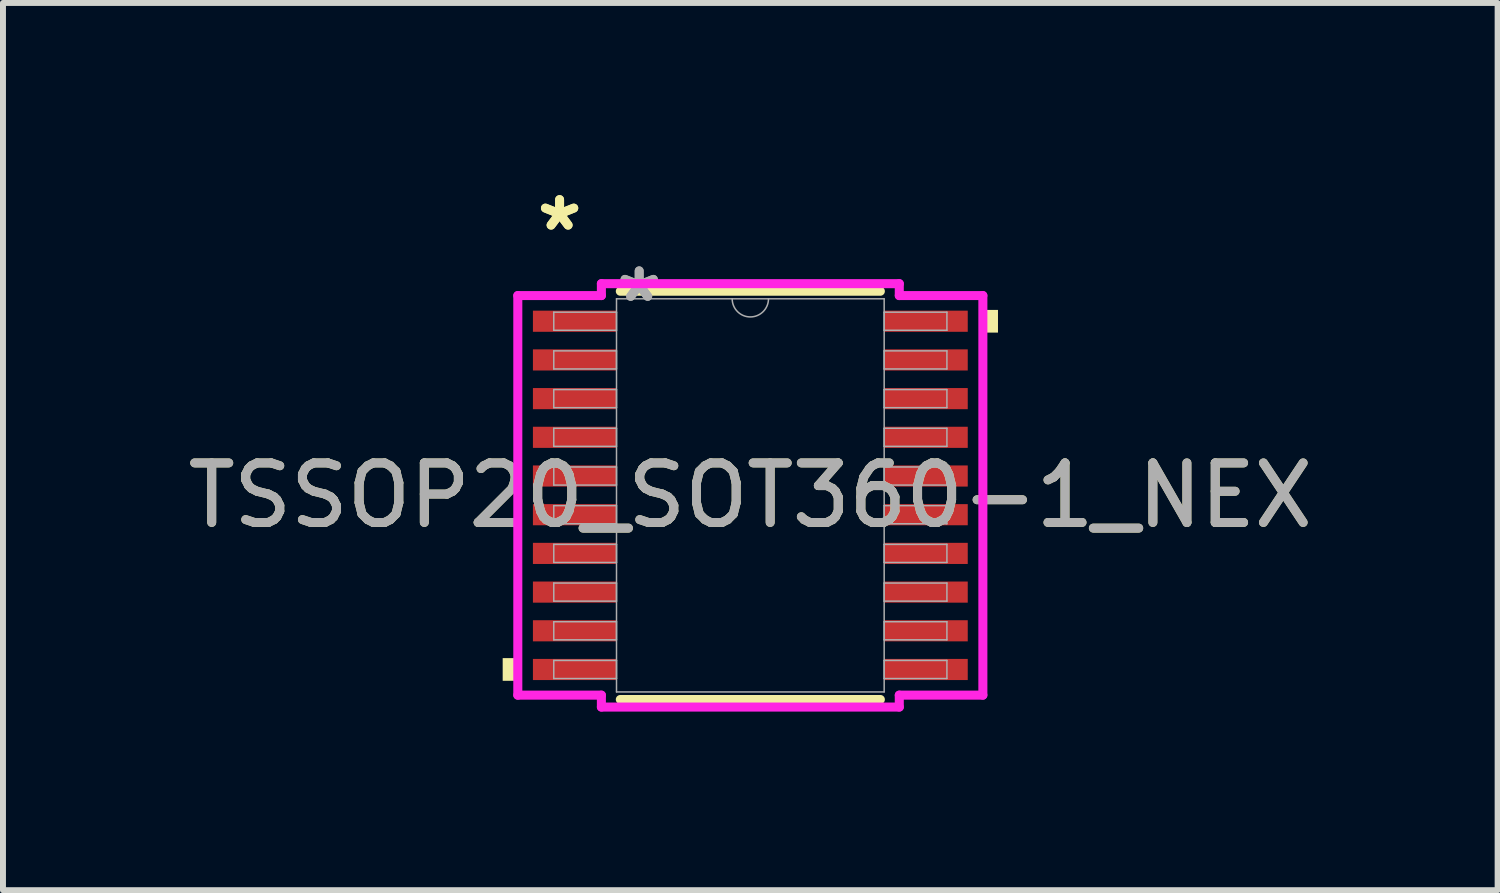
<source format=kicad_pcb>
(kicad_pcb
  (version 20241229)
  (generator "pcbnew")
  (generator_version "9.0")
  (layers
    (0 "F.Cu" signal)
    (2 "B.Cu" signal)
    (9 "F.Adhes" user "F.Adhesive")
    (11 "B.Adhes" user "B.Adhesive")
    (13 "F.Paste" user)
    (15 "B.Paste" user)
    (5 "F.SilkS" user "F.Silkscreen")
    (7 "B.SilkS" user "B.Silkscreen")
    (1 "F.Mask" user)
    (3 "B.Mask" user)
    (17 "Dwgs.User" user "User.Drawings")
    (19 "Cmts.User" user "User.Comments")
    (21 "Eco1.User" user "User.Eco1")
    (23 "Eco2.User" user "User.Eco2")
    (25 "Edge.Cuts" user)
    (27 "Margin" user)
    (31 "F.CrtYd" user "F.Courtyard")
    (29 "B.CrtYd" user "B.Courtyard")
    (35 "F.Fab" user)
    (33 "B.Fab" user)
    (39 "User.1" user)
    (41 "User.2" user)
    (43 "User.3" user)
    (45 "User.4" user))
  (footprint "TSSOP20_SOT360-1_NEX"
    (layer "F.Cu")
    (at 9.554 5.271)
    (property "Reference" "TSSOP20_SOT360-1_NEX" (at 0 0 0) (unlocked yes) (layer "F.SilkS") (effects (font (size 1 1) (thickness 0.15))))
    (attr smd)
    (fp_line (start -2.184 3.429) (end 2.184 3.429) (stroke (width 0.152) (type solid)) (layer "F.SilkS"))
    (fp_line (start 2.184 -3.429) (end -2.184 -3.429) (stroke (width 0.152) (type solid)) (layer "F.SilkS"))
    (fp_poly (pts (xy -4.16 2.734) (xy -4.16 3.115) (xy -3.906 3.115) (xy -3.906 2.734)) (stroke (width 0) (type solid)) (fill yes) (layer "F.SilkS"))
    (fp_poly (pts (xy 4.16 -3.115) (xy 4.16 -2.734) (xy 3.906 -2.734) (xy 3.906 -3.115)) (stroke (width 0) (type solid)) (fill yes) (layer "F.SilkS"))
    (fp_line (start -3.906 -3.356) (end -2.502 -3.356) (stroke (width 0.152) (type solid)) (layer "F.CrtYd"))
    (fp_line (start -3.906 3.356) (end -3.906 -3.356) (stroke (width 0.152) (type solid)) (layer "F.CrtYd"))
    (fp_line (start -3.906 3.356) (end -2.502 3.356) (stroke (width 0.152) (type solid)) (layer "F.CrtYd"))
    (fp_line (start -2.502 -3.556) (end 2.502 -3.556) (stroke (width 0.152) (type solid)) (layer "F.CrtYd"))
    (fp_line (start -2.502 -3.356) (end -2.502 -3.556) (stroke (width 0.152) (type solid)) (layer "F.CrtYd"))
    (fp_line (start -2.502 3.556) (end -2.502 3.356) (stroke (width 0.152) (type solid)) (layer "F.CrtYd"))
    (fp_line (start 2.502 -3.556) (end 2.502 -3.356) (stroke (width 0.152) (type solid)) (layer "F.CrtYd"))
    (fp_line (start 2.502 3.356) (end 2.502 3.556) (stroke (width 0.152) (type solid)) (layer "F.CrtYd"))
    (fp_line (start 2.502 3.556) (end -2.502 3.556) (stroke (width 0.152) (type solid)) (layer "F.CrtYd"))
    (fp_line (start 3.906 -3.356) (end 2.502 -3.356) (stroke (width 0.152) (type solid)) (layer "F.CrtYd"))
    (fp_line (start 3.906 -3.356) (end 3.906 3.356) (stroke (width 0.152) (type solid)) (layer "F.CrtYd"))
    (fp_line (start 3.906 3.356) (end 2.502 3.356) (stroke (width 0.152) (type solid)) (layer "F.CrtYd"))
    (fp_line (start -3.302 -3.077) (end -3.302 -2.773) (stroke (width 0.025) (type solid)) (layer "F.Fab"))
    (fp_line (start -3.302 -2.773) (end -2.248 -2.773) (stroke (width 0.025) (type solid)) (layer "F.Fab"))
    (fp_line (start -3.302 -2.427) (end -3.302 -2.123) (stroke (width 0.025) (type solid)) (layer "F.Fab"))
    (fp_line (start -3.302 -2.123) (end -2.248 -2.123) (stroke (width 0.025) (type solid)) (layer "F.Fab"))
    (fp_line (start -3.302 -1.777) (end -3.302 -1.473) (stroke (width 0.025) (type solid)) (layer "F.Fab"))
    (fp_line (start -3.302 -1.473) (end -2.248 -1.473) (stroke (width 0.025) (type solid)) (layer "F.Fab"))
    (fp_line (start -3.302 -1.127) (end -3.302 -0.823) (stroke (width 0.025) (type solid)) (layer "F.Fab"))
    (fp_line (start -3.302 -0.823) (end -2.248 -0.823) (stroke (width 0.025) (type solid)) (layer "F.Fab"))
    (fp_line (start -3.302 -0.477) (end -3.302 -0.173) (stroke (width 0.025) (type solid)) (layer "F.Fab"))
    (fp_line (start -3.302 -0.173) (end -2.248 -0.173) (stroke (width 0.025) (type solid)) (layer "F.Fab"))
    (fp_line (start -3.302 0.173) (end -3.302 0.477) (stroke (width 0.025) (type solid)) (layer "F.Fab"))
    (fp_line (start -3.302 0.477) (end -2.248 0.477) (stroke (width 0.025) (type solid)) (layer "F.Fab"))
    (fp_line (start -3.302 0.823) (end -3.302 1.127) (stroke (width 0.025) (type solid)) (layer "F.Fab"))
    (fp_line (start -3.302 1.127) (end -2.248 1.127) (stroke (width 0.025) (type solid)) (layer "F.Fab"))
    (fp_line (start -3.302 1.473) (end -3.302 1.777) (stroke (width 0.025) (type solid)) (layer "F.Fab"))
    (fp_line (start -3.302 1.777) (end -2.248 1.777) (stroke (width 0.025) (type solid)) (layer "F.Fab"))
    (fp_line (start -3.302 2.123) (end -3.302 2.427) (stroke (width 0.025) (type solid)) (layer "F.Fab"))
    (fp_line (start -3.302 2.427) (end -2.248 2.427) (stroke (width 0.025) (type solid)) (layer "F.Fab"))
    (fp_line (start -3.302 2.773) (end -3.302 3.077) (stroke (width 0.025) (type solid)) (layer "F.Fab"))
    (fp_line (start -3.302 3.077) (end -2.248 3.077) (stroke (width 0.025) (type solid)) (layer "F.Fab"))
    (fp_line (start -2.248 -3.302) (end -2.248 3.302) (stroke (width 0.025) (type solid)) (layer "F.Fab"))
    (fp_line (start -2.248 -3.077) (end -3.302 -3.077) (stroke (width 0.025) (type solid)) (layer "F.Fab"))
    (fp_line (start -2.248 -2.773) (end -2.248 -3.077) (stroke (width 0.025) (type solid)) (layer "F.Fab"))
    (fp_line (start -2.248 -2.427) (end -3.302 -2.427) (stroke (width 0.025) (type solid)) (layer "F.Fab"))
    (fp_line (start -2.248 -2.123) (end -2.248 -2.427) (stroke (width 0.025) (type solid)) (layer "F.Fab"))
    (fp_line (start -2.248 -1.777) (end -3.302 -1.777) (stroke (width 0.025) (type solid)) (layer "F.Fab"))
    (fp_line (start -2.248 -1.473) (end -2.248 -1.777) (stroke (width 0.025) (type solid)) (layer "F.Fab"))
    (fp_line (start -2.248 -1.127) (end -3.302 -1.127) (stroke (width 0.025) (type solid)) (layer "F.Fab"))
    (fp_line (start -2.248 -0.823) (end -2.248 -1.127) (stroke (width 0.025) (type solid)) (layer "F.Fab"))
    (fp_line (start -2.248 -0.477) (end -3.302 -0.477) (stroke (width 0.025) (type solid)) (layer "F.Fab"))
    (fp_line (start -2.248 -0.173) (end -2.248 -0.477) (stroke (width 0.025) (type solid)) (layer "F.Fab"))
    (fp_line (start -2.248 0.173) (end -3.302 0.173) (stroke (width 0.025) (type solid)) (layer "F.Fab"))
    (fp_line (start -2.248 0.477) (end -2.248 0.173) (stroke (width 0.025) (type solid)) (layer "F.Fab"))
    (fp_line (start -2.248 0.823) (end -3.302 0.823) (stroke (width 0.025) (type solid)) (layer "F.Fab"))
    (fp_line (start -2.248 1.127) (end -2.248 0.823) (stroke (width 0.025) (type solid)) (layer "F.Fab"))
    (fp_line (start -2.248 1.473) (end -3.302 1.473) (stroke (width 0.025) (type solid)) (layer "F.Fab"))
    (fp_line (start -2.248 1.777) (end -2.248 1.473) (stroke (width 0.025) (type solid)) (layer "F.Fab"))
    (fp_line (start -2.248 2.123) (end -3.302 2.123) (stroke (width 0.025) (type solid)) (layer "F.Fab"))
    (fp_line (start -2.248 2.427) (end -2.248 2.123) (stroke (width 0.025) (type solid)) (layer "F.Fab"))
    (fp_line (start -2.248 2.773) (end -3.302 2.773) (stroke (width 0.025) (type solid)) (layer "F.Fab"))
    (fp_line (start -2.248 3.077) (end -2.248 2.773) (stroke (width 0.025) (type solid)) (layer "F.Fab"))
    (fp_line (start -2.248 3.302) (end 2.248 3.302) (stroke (width 0.025) (type solid)) (layer "F.Fab"))
    (fp_line (start 2.248 -3.302) (end -2.248 -3.302) (stroke (width 0.025) (type solid)) (layer "F.Fab"))
    (fp_line (start 2.248 -3.077) (end 2.248 -2.773) (stroke (width 0.025) (type solid)) (layer "F.Fab"))
    (fp_line (start 2.248 -2.773) (end 3.302 -2.773) (stroke (width 0.025) (type solid)) (layer "F.Fab"))
    (fp_line (start 2.248 -2.427) (end 2.248 -2.123) (stroke (width 0.025) (type solid)) (layer "F.Fab"))
    (fp_line (start 2.248 -2.123) (end 3.302 -2.123) (stroke (width 0.025) (type solid)) (layer "F.Fab"))
    (fp_line (start 2.248 -1.777) (end 2.248 -1.473) (stroke (width 0.025) (type solid)) (layer "F.Fab"))
    (fp_line (start 2.248 -1.473) (end 3.302 -1.473) (stroke (width 0.025) (type solid)) (layer "F.Fab"))
    (fp_line (start 2.248 -1.127) (end 2.248 -0.823) (stroke (width 0.025) (type solid)) (layer "F.Fab"))
    (fp_line (start 2.248 -0.823) (end 3.302 -0.823) (stroke (width 0.025) (type solid)) (layer "F.Fab"))
    (fp_line (start 2.248 -0.477) (end 2.248 -0.173) (stroke (width 0.025) (type solid)) (layer "F.Fab"))
    (fp_line (start 2.248 -0.173) (end 3.302 -0.173) (stroke (width 0.025) (type solid)) (layer "F.Fab"))
    (fp_line (start 2.248 0.173) (end 2.248 0.477) (stroke (width 0.025) (type solid)) (layer "F.Fab"))
    (fp_line (start 2.248 0.477) (end 3.302 0.477) (stroke (width 0.025) (type solid)) (layer "F.Fab"))
    (fp_line (start 2.248 0.823) (end 2.248 1.127) (stroke (width 0.025) (type solid)) (layer "F.Fab"))
    (fp_line (start 2.248 1.127) (end 3.302 1.127) (stroke (width 0.025) (type solid)) (layer "F.Fab"))
    (fp_line (start 2.248 1.473) (end 2.248 1.777) (stroke (width 0.025) (type solid)) (layer "F.Fab"))
    (fp_line (start 2.248 1.777) (end 3.302 1.777) (stroke (width 0.025) (type solid)) (layer "F.Fab"))
    (fp_line (start 2.248 2.123) (end 2.248 2.427) (stroke (width 0.025) (type solid)) (layer "F.Fab"))
    (fp_line (start 2.248 2.427) (end 3.302 2.427) (stroke (width 0.025) (type solid)) (layer "F.Fab"))
    (fp_line (start 2.248 2.773) (end 2.248 3.077) (stroke (width 0.025) (type solid)) (layer "F.Fab"))
    (fp_line (start 2.248 3.077) (end 3.302 3.077) (stroke (width 0.025) (type solid)) (layer "F.Fab"))
    (fp_line (start 2.248 3.302) (end 2.248 -3.302) (stroke (width 0.025) (type solid)) (layer "F.Fab"))
    (fp_line (start 3.302 -3.077) (end 2.248 -3.077) (stroke (width 0.025) (type solid)) (layer "F.Fab"))
    (fp_line (start 3.302 -2.773) (end 3.302 -3.077) (stroke (width 0.025) (type solid)) (layer "F.Fab"))
    (fp_line (start 3.302 -2.427) (end 2.248 -2.427) (stroke (width 0.025) (type solid)) (layer "F.Fab"))
    (fp_line (start 3.302 -2.123) (end 3.302 -2.427) (stroke (width 0.025) (type solid)) (layer "F.Fab"))
    (fp_line (start 3.302 -1.777) (end 2.248 -1.777) (stroke (width 0.025) (type solid)) (layer "F.Fab"))
    (fp_line (start 3.302 -1.473) (end 3.302 -1.777) (stroke (width 0.025) (type solid)) (layer "F.Fab"))
    (fp_line (start 3.302 -1.127) (end 2.248 -1.127) (stroke (width 0.025) (type solid)) (layer "F.Fab"))
    (fp_line (start 3.302 -0.823) (end 3.302 -1.127) (stroke (width 0.025) (type solid)) (layer "F.Fab"))
    (fp_line (start 3.302 -0.477) (end 2.248 -0.477) (stroke (width 0.025) (type solid)) (layer "F.Fab"))
    (fp_line (start 3.302 -0.173) (end 3.302 -0.477) (stroke (width 0.025) (type solid)) (layer "F.Fab"))
    (fp_line (start 3.302 0.173) (end 2.248 0.173) (stroke (width 0.025) (type solid)) (layer "F.Fab"))
    (fp_line (start 3.302 0.477) (end 3.302 0.173) (stroke (width 0.025) (type solid)) (layer "F.Fab"))
    (fp_line (start 3.302 0.823) (end 2.248 0.823) (stroke (width 0.025) (type solid)) (layer "F.Fab"))
    (fp_line (start 3.302 1.127) (end 3.302 0.823) (stroke (width 0.025) (type solid)) (layer "F.Fab"))
    (fp_line (start 3.302 1.473) (end 2.248 1.473) (stroke (width 0.025) (type solid)) (layer "F.Fab"))
    (fp_line (start 3.302 1.777) (end 3.302 1.473) (stroke (width 0.025) (type solid)) (layer "F.Fab"))
    (fp_line (start 3.302 2.123) (end 2.248 2.123) (stroke (width 0.025) (type solid)) (layer "F.Fab"))
    (fp_line (start 3.302 2.427) (end 3.302 2.123) (stroke (width 0.025) (type solid)) (layer "F.Fab"))
    (fp_line (start 3.302 2.773) (end 2.248 2.773) (stroke (width 0.025) (type solid)) (layer "F.Fab"))
    (fp_line (start 3.302 3.077) (end 3.302 2.773) (stroke (width 0.025) (type solid)) (layer "F.Fab"))
    (fp_arc (start 0.3048 -3.302) (mid 0 -2.9972) (end -0.3048 -3.302) (stroke (width 0.0254) (type solid)) (layer "F.Fab"))
    (fp_text user "*" (at -3.204 -4.423 0) (layer "F.SilkS") (effects (font (size 1 1) (thickness 0.15))))
    (fp_text user "*" (at -3.204 -4.423 0) (unlocked yes) (layer "F.SilkS") (effects (font (size 1 1) (thickness 0.15))))
    (fp_text user "*" (at -1.867 -3.226 0) (layer "F.Fab") (effects (font (size 1 1) (thickness 0.15))))
    (fp_text user "*" (at -1.867 -3.226 0) (unlocked yes) (layer "F.Fab") (effects (font (size 1 1) (thickness 0.15))))
    (fp_text user "${REFERENCE}" (at 0 0 0) (unlocked yes) (layer "F.Fab") (effects (font (size 1 1) (thickness 0.15))))
    (pad "1" smd rect (at -2.95 -2.925) (size 1.404 0.355) (layers "F.Cu" "F.Mask" "F.Paste"))
    (pad "2" smd rect (at -2.95 -2.275) (size 1.404 0.355) (layers "F.Cu" "F.Mask" "F.Paste"))
    (pad "3" smd rect (at -2.95 -1.625) (size 1.404 0.355) (layers "F.Cu" "F.Mask" "F.Paste"))
    (pad "4" smd rect (at -2.95 -0.975) (size 1.404 0.355) (layers "F.Cu" "F.Mask" "F.Paste"))
    (pad "5" smd rect (at -2.95 -0.325) (size 1.404 0.355) (layers "F.Cu" "F.Mask" "F.Paste"))
    (pad "6" smd rect (at -2.95 0.325) (size 1.404 0.355) (layers "F.Cu" "F.Mask" "F.Paste"))
    (pad "7" smd rect (at -2.95 0.975) (size 1.404 0.355) (layers "F.Cu" "F.Mask" "F.Paste"))
    (pad "8" smd rect (at -2.95 1.625) (size 1.404 0.355) (layers "F.Cu" "F.Mask" "F.Paste"))
    (pad "9" smd rect (at -2.95 2.275) (size 1.404 0.355) (layers "F.Cu" "F.Mask" "F.Paste"))
    (pad "10" smd rect (at -2.95 2.925) (size 1.404 0.355) (layers "F.Cu" "F.Mask" "F.Paste"))
    (pad "11" smd rect (at 2.95 2.925) (size 1.404 0.355) (layers "F.Cu" "F.Mask" "F.Paste"))
    (pad "12" smd rect (at 2.95 2.275) (size 1.404 0.355) (layers "F.Cu" "F.Mask" "F.Paste"))
    (pad "13" smd rect (at 2.95 1.625) (size 1.404 0.355) (layers "F.Cu" "F.Mask" "F.Paste"))
    (pad "14" smd rect (at 2.95 0.975) (size 1.404 0.355) (layers "F.Cu" "F.Mask" "F.Paste"))
    (pad "15" smd rect (at 2.95 0.325) (size 1.404 0.355) (layers "F.Cu" "F.Mask" "F.Paste"))
    (pad "16" smd rect (at 2.95 -0.325) (size 1.404 0.355) (layers "F.Cu" "F.Mask" "F.Paste"))
    (pad "17" smd rect (at 2.95 -0.975) (size 1.404 0.355) (layers "F.Cu" "F.Mask" "F.Paste"))
    (pad "18" smd rect (at 2.95 -1.625) (size 1.404 0.355) (layers "F.Cu" "F.Mask" "F.Paste"))
    (pad "19" smd rect (at 2.95 -2.275) (size 1.404 0.355) (layers "F.Cu" "F.Mask" "F.Paste"))
    (pad "20" smd rect (at 2.95 -2.925) (size 1.404 0.355) (layers "F.Cu" "F.Mask" "F.Paste")))
  (gr_rect
    (start -3 -3)
    (end 22.107 11.903)
    (stroke (width 0.1) (type default))
    (fill no)
    (layer "Edge.Cuts")))
</source>
